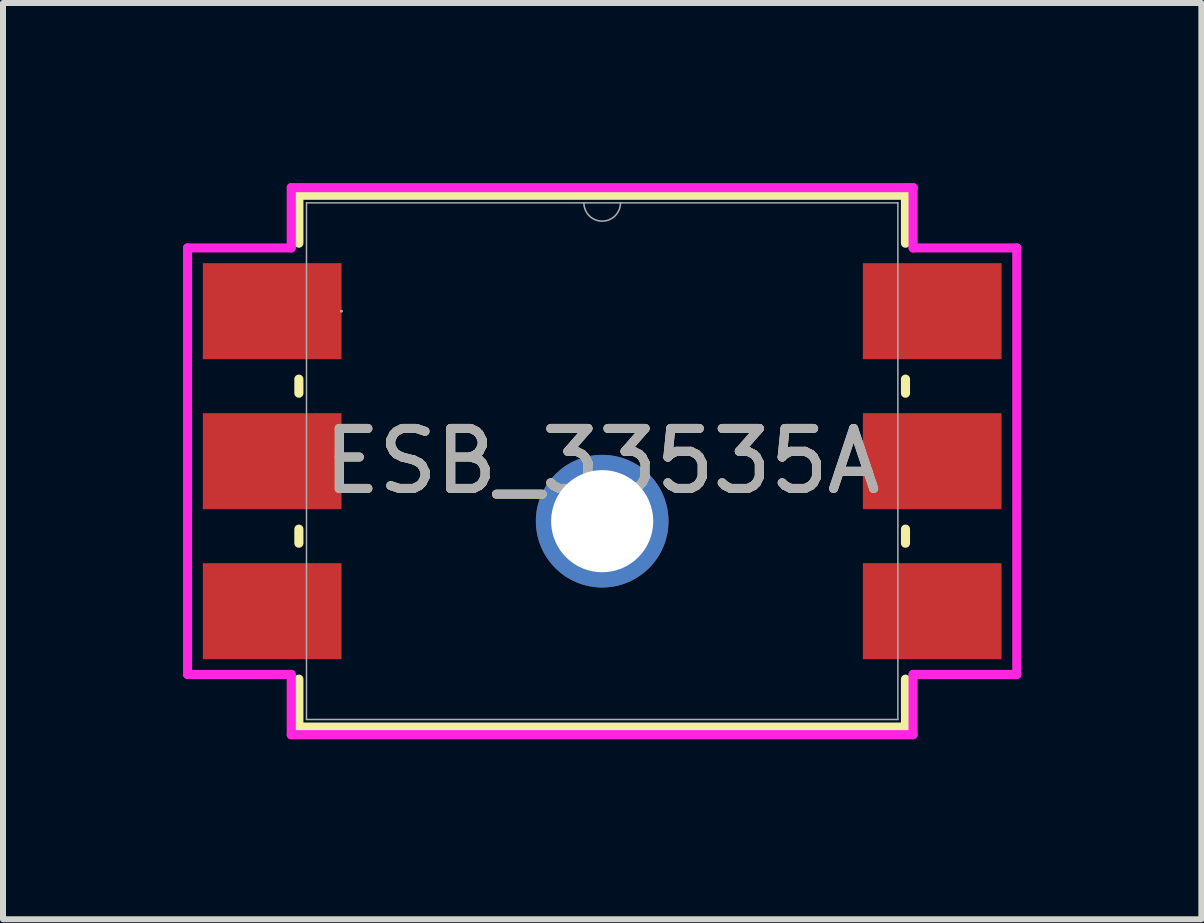
<source format=kicad_pcb>
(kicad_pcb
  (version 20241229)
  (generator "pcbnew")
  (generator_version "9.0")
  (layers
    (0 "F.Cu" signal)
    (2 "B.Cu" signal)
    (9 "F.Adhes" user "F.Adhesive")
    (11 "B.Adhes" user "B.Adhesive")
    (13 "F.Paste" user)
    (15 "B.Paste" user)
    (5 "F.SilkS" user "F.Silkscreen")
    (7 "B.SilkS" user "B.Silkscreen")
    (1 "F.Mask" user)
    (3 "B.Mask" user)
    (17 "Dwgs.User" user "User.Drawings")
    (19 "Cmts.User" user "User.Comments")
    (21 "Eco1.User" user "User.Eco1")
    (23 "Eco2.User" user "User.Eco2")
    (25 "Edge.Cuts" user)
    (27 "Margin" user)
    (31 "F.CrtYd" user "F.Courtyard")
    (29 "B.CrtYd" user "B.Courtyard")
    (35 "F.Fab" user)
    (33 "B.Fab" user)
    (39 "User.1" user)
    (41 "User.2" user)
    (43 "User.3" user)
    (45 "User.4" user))
  (footprint "ESB_33535A"
    (layer "F.Cu")
    (at 6.986 4.636)
    (property "Reference" "ESB_33535A" (at 0 0 0) (unlocked yes) (layer "F.SilkS") (effects (font (size 1 1) (thickness 0.15))))
    (attr smd)
    (fp_line (start -5.055 -4.432) (end -5.055 -3.633) (stroke (width 0.152) (type solid)) (layer "F.SilkS"))
    (fp_line (start -5.055 -1.367) (end -5.055 -1.133) (stroke (width 0.152) (type solid)) (layer "F.SilkS"))
    (fp_line (start -5.055 1.133) (end -5.055 1.367) (stroke (width 0.152) (type solid)) (layer "F.SilkS"))
    (fp_line (start -5.055 3.633) (end -5.055 4.432) (stroke (width 0.152) (type solid)) (layer "F.SilkS"))
    (fp_line (start -5.055 4.432) (end 5.055 4.432) (stroke (width 0.152) (type solid)) (layer "F.SilkS"))
    (fp_line (start 5.055 -4.432) (end -5.055 -4.432) (stroke (width 0.152) (type solid)) (layer "F.SilkS"))
    (fp_line (start 5.055 -3.633) (end 5.055 -4.432) (stroke (width 0.152) (type solid)) (layer "F.SilkS"))
    (fp_line (start 5.055 -1.133) (end 5.055 -1.367) (stroke (width 0.152) (type solid)) (layer "F.SilkS"))
    (fp_line (start 5.055 1.367) (end 5.055 1.133) (stroke (width 0.152) (type solid)) (layer "F.SilkS"))
    (fp_line (start 5.055 4.432) (end 5.055 3.633) (stroke (width 0.152) (type solid)) (layer "F.SilkS"))
    (fp_line (start -6.91 -3.554) (end -5.182 -3.554) (stroke (width 0.152) (type solid)) (layer "F.CrtYd"))
    (fp_line (start -6.91 3.554) (end -6.91 -3.554) (stroke (width 0.152) (type solid)) (layer "F.CrtYd"))
    (fp_line (start -6.91 3.554) (end -5.182 3.554) (stroke (width 0.152) (type solid)) (layer "F.CrtYd"))
    (fp_line (start -5.182 -4.559) (end 5.182 -4.559) (stroke (width 0.152) (type solid)) (layer "F.CrtYd"))
    (fp_line (start -5.182 -3.554) (end -5.182 -4.559) (stroke (width 0.152) (type solid)) (layer "F.CrtYd"))
    (fp_line (start -5.182 4.559) (end -5.182 3.554) (stroke (width 0.152) (type solid)) (layer "F.CrtYd"))
    (fp_line (start 5.182 -4.559) (end 5.182 -3.554) (stroke (width 0.152) (type solid)) (layer "F.CrtYd"))
    (fp_line (start 5.182 3.554) (end 5.182 4.559) (stroke (width 0.152) (type solid)) (layer "F.CrtYd"))
    (fp_line (start 5.182 4.559) (end -5.182 4.559) (stroke (width 0.152) (type solid)) (layer "F.CrtYd"))
    (fp_line (start 6.91 -3.554) (end 5.182 -3.554) (stroke (width 0.152) (type solid)) (layer "F.CrtYd"))
    (fp_line (start 6.91 -3.554) (end 6.91 3.554) (stroke (width 0.152) (type solid)) (layer "F.CrtYd"))
    (fp_line (start 6.91 3.554) (end 5.182 3.554) (stroke (width 0.152) (type solid)) (layer "F.CrtYd"))
    (fp_line (start -4.928 -4.305) (end -4.928 4.305) (stroke (width 0.025) (type solid)) (layer "F.Fab"))
    (fp_line (start -4.928 4.305) (end 4.928 4.305) (stroke (width 0.025) (type solid)) (layer "F.Fab"))
    (fp_line (start 4.928 -4.305) (end -4.928 -4.305) (stroke (width 0.025) (type solid)) (layer "F.Fab"))
    (fp_line (start 4.928 4.305) (end 4.928 -4.305) (stroke (width 0.025) (type solid)) (layer "F.Fab"))
    (fp_arc (start 0.3048 -4.3053) (mid 0 -4.0005) (end -0.3048 -4.3053) (stroke (width 0.0254) (type solid)) (layer "F.Fab"))
    (fp_circle (center -4.344 -2.5) (end -4.344 -2.5) (stroke (width 0.025) (type solid)) (fill no) (layer "F.Fab"))
    (fp_text user "${REFERENCE}" (at 0 0 0) (unlocked yes) (layer "F.Fab") (effects (font (size 1 1) (thickness 0.15))))
    (pad "1" smd rect (at -5.5 -2.5) (size 2.311 1.6) (layers "F.Cu" "F.Mask" "F.Paste"))
    (pad "2" smd rect (at -5.5 0) (size 2.311 1.6) (layers "F.Cu" "F.Mask" "F.Paste"))
    (pad "3" smd rect (at -5.5 2.5) (size 2.311 1.6) (layers "F.Cu" "F.Mask" "F.Paste"))
    (pad "4" smd rect (at 5.5 2.5) (size 2.311 1.6) (layers "F.Cu" "F.Mask" "F.Paste"))
    (pad "5" smd rect (at 5.5 0) (size 2.311 1.6) (layers "F.Cu" "F.Mask" "F.Paste"))
    (pad "6" smd rect (at 5.5 -2.5) (size 2.311 1.6) (layers "F.Cu" "F.Mask" "F.Paste"))
    (pad "7" thru_hole circle (at 0 1) (size 2.21 2.21) (drill 1.702) (layers "*.Cu" "*.Mask")))
  (gr_rect
    (start -3 -3)
    (end 16.972 12.271)
    (stroke (width 0.1) (type default))
    (fill no)
    (layer "Edge.Cuts")))
</source>
